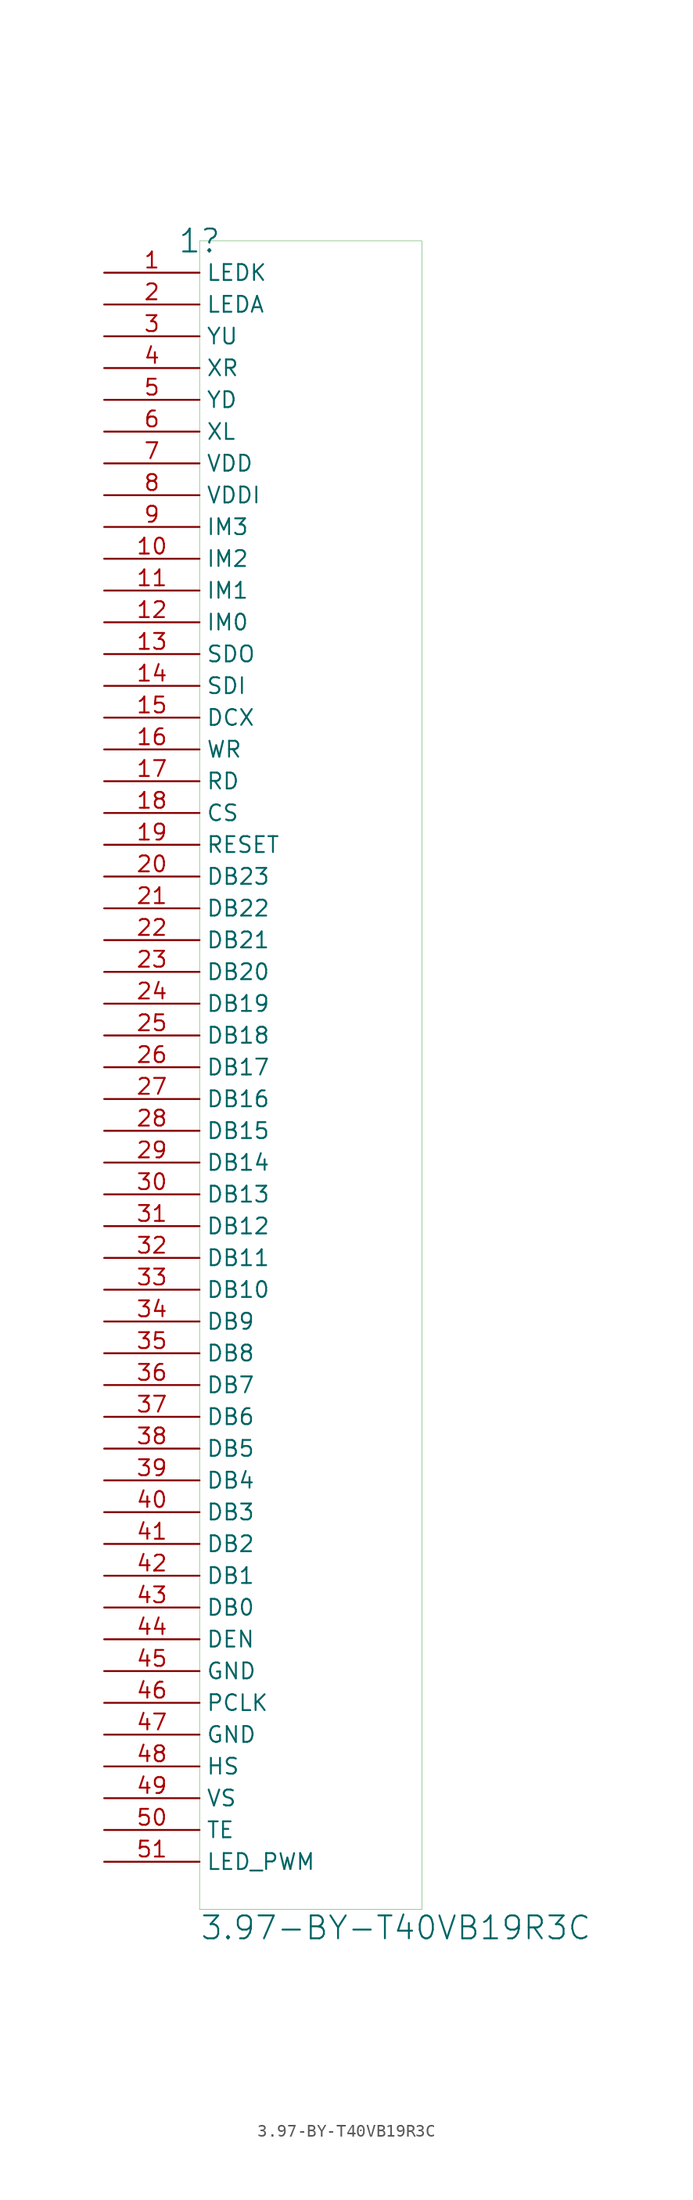
<source format=kicad_sym>
(kicad_symbol_lib
  (version 20231120)
  (generator "kicad_symbol_editor")
  (generator_version "8.0")
  (symbol "3.97-BY-T40VB19R3C"
    (property "Reference" "1"
      (at 7.62 0 0)
      (effects (font (size 1.829 1.829))))
    (property "Value" "3.97-BY-T40VB19R3C"
      (at 7.62 -135.89 0)
      (effects (font (size 1.829 1.829)) (justify left bottom)))
    (symbol "3.97-BY-T40VB19R3C_1_0"
      (rectangle (start 25.4 0) (end 7.62 -133.35) (stroke (width 0.025) (type solid) (color 0 128 0 1)) (fill (type color) (color 255 255 255 0.5)))
      (pin passive line (at 0 -2.54 0) (length 7.62) (name "LEDK" (effects (font (size 1.27 1.27)))) (number "1" (effects (font (size 1.27 1.27)))))
      (pin passive line (at 0 -25.4 0) (length 7.62) (name "IM2" (effects (font (size 1.27 1.27)))) (number "10" (effects (font (size 1.27 1.27)))))
      (pin passive line (at 0 -27.94 0) (length 7.62) (name "IM1" (effects (font (size 1.27 1.27)))) (number "11" (effects (font (size 1.27 1.27)))))
      (pin passive line (at 0 -30.48 0) (length 7.62) (name "IM0" (effects (font (size 1.27 1.27)))) (number "12" (effects (font (size 1.27 1.27)))))
      (pin passive line (at 0 -33.02 0) (length 7.62) (name "SDO" (effects (font (size 1.27 1.27)))) (number "13" (effects (font (size 1.27 1.27)))))
      (pin passive line (at 0 -35.56 0) (length 7.62) (name "SDI" (effects (font (size 1.27 1.27)))) (number "14" (effects (font (size 1.27 1.27)))))
      (pin passive line (at 0 -38.1 0) (length 7.62) (name "DCX" (effects (font (size 1.27 1.27)))) (number "15" (effects (font (size 1.27 1.27)))))
      (pin passive line (at 0 -40.64 0) (length 7.62) (name "WR" (effects (font (size 1.27 1.27)))) (number "16" (effects (font (size 1.27 1.27)))))
      (pin passive line (at 0 -43.18 0) (length 7.62) (name "RD" (effects (font (size 1.27 1.27)))) (number "17" (effects (font (size 1.27 1.27)))))
      (pin passive line (at 0 -45.72 0) (length 7.62) (name "CS" (effects (font (size 1.27 1.27)))) (number "18" (effects (font (size 1.27 1.27)))))
      (pin passive line (at 0 -48.26 0) (length 7.62) (name "RESET" (effects (font (size 1.27 1.27)))) (number "19" (effects (font (size 1.27 1.27)))))
      (pin passive line (at 0 -5.08 0) (length 7.62) (name "LEDA" (effects (font (size 1.27 1.27)))) (number "2" (effects (font (size 1.27 1.27)))))
      (pin passive line (at 0 -50.8 0) (length 7.62) (name "DB23" (effects (font (size 1.27 1.27)))) (number "20" (effects (font (size 1.27 1.27)))))
      (pin passive line (at 0 -53.34 0) (length 7.62) (name "DB22" (effects (font (size 1.27 1.27)))) (number "21" (effects (font (size 1.27 1.27)))))
      (pin passive line (at 0 -55.88 0) (length 7.62) (name "DB21" (effects (font (size 1.27 1.27)))) (number "22" (effects (font (size 1.27 1.27)))))
      (pin passive line (at 0 -58.42 0) (length 7.62) (name "DB20" (effects (font (size 1.27 1.27)))) (number "23" (effects (font (size 1.27 1.27)))))
      (pin passive line (at 0 -60.96 0) (length 7.62) (name "DB19" (effects (font (size 1.27 1.27)))) (number "24" (effects (font (size 1.27 1.27)))))
      (pin passive line (at 0 -63.5 0) (length 7.62) (name "DB18" (effects (font (size 1.27 1.27)))) (number "25" (effects (font (size 1.27 1.27)))))
      (pin passive line (at 0 -66.04 0) (length 7.62) (name "DB17" (effects (font (size 1.27 1.27)))) (number "26" (effects (font (size 1.27 1.27)))))
      (pin passive line (at 0 -68.58 0) (length 7.62) (name "DB16" (effects (font (size 1.27 1.27)))) (number "27" (effects (font (size 1.27 1.27)))))
      (pin passive line (at 0 -71.12 0) (length 7.62) (name "DB15" (effects (font (size 1.27 1.27)))) (number "28" (effects (font (size 1.27 1.27)))))
      (pin passive line (at 0 -73.66 0) (length 7.62) (name "DB14" (effects (font (size 1.27 1.27)))) (number "29" (effects (font (size 1.27 1.27)))))
      (pin passive line (at 0 -7.62 0) (length 7.62) (name "YU" (effects (font (size 1.27 1.27)))) (number "3" (effects (font (size 1.27 1.27)))))
      (pin passive line (at 0 -76.2 0) (length 7.62) (name "DB13" (effects (font (size 1.27 1.27)))) (number "30" (effects (font (size 1.27 1.27)))))
      (pin passive line (at 0 -78.74 0) (length 7.62) (name "DB12" (effects (font (size 1.27 1.27)))) (number "31" (effects (font (size 1.27 1.27)))))
      (pin passive line (at 0 -81.28 0) (length 7.62) (name "DB11" (effects (font (size 1.27 1.27)))) (number "32" (effects (font (size 1.27 1.27)))))
      (pin passive line (at 0 -83.82 0) (length 7.62) (name "DB10" (effects (font (size 1.27 1.27)))) (number "33" (effects (font (size 1.27 1.27)))))
      (pin passive line (at 0 -86.36 0) (length 7.62) (name "DB9" (effects (font (size 1.27 1.27)))) (number "34" (effects (font (size 1.27 1.27)))))
      (pin passive line (at 0 -88.9 0) (length 7.62) (name "DB8" (effects (font (size 1.27 1.27)))) (number "35" (effects (font (size 1.27 1.27)))))
      (pin passive line (at 0 -91.44 0) (length 7.62) (name "DB7" (effects (font (size 1.27 1.27)))) (number "36" (effects (font (size 1.27 1.27)))))
      (pin passive line (at 0 -93.98 0) (length 7.62) (name "DB6" (effects (font (size 1.27 1.27)))) (number "37" (effects (font (size 1.27 1.27)))))
      (pin passive line (at 0 -96.52 0) (length 7.62) (name "DB5" (effects (font (size 1.27 1.27)))) (number "38" (effects (font (size 1.27 1.27)))))
      (pin passive line (at 0 -99.06 0) (length 7.62) (name "DB4" (effects (font (size 1.27 1.27)))) (number "39" (effects (font (size 1.27 1.27)))))
      (pin passive line (at 0 -10.16 0) (length 7.62) (name "XR" (effects (font (size 1.27 1.27)))) (number "4" (effects (font (size 1.27 1.27)))))
      (pin passive line (at 0 -101.6 0) (length 7.62) (name "DB3" (effects (font (size 1.27 1.27)))) (number "40" (effects (font (size 1.27 1.27)))))
      (pin passive line (at 0 -104.14 0) (length 7.62) (name "DB2" (effects (font (size 1.27 1.27)))) (number "41" (effects (font (size 1.27 1.27)))))
      (pin passive line (at 0 -106.68 0) (length 7.62) (name "DB1" (effects (font (size 1.27 1.27)))) (number "42" (effects (font (size 1.27 1.27)))))
      (pin passive line (at 0 -109.22 0) (length 7.62) (name "DB0" (effects (font (size 1.27 1.27)))) (number "43" (effects (font (size 1.27 1.27)))))
      (pin passive line (at 0 -111.76 0) (length 7.62) (name "DEN" (effects (font (size 1.27 1.27)))) (number "44" (effects (font (size 1.27 1.27)))))
      (pin passive line (at 0 -114.3 0) (length 7.62) (name "GND" (effects (font (size 1.27 1.27)))) (number "45" (effects (font (size 1.27 1.27)))))
      (pin passive line (at 0 -116.84 0) (length 7.62) (name "PCLK" (effects (font (size 1.27 1.27)))) (number "46" (effects (font (size 1.27 1.27)))))
      (pin passive line (at 0 -119.38 0) (length 7.62) (name "GND" (effects (font (size 1.27 1.27)))) (number "47" (effects (font (size 1.27 1.27)))))
      (pin passive line (at 0 -121.92 0) (length 7.62) (name "HS" (effects (font (size 1.27 1.27)))) (number "48" (effects (font (size 1.27 1.27)))))
      (pin passive line (at 0 -124.46 0) (length 7.62) (name "VS" (effects (font (size 1.27 1.27)))) (number "49" (effects (font (size 1.27 1.27)))))
      (pin passive line (at 0 -12.7 0) (length 7.62) (name "YD" (effects (font (size 1.27 1.27)))) (number "5" (effects (font (size 1.27 1.27)))))
      (pin passive line (at 0 -127 0) (length 7.62) (name "TE" (effects (font (size 1.27 1.27)))) (number "50" (effects (font (size 1.27 1.27)))))
      (pin passive line (at 0 -129.54 0) (length 7.62) (name "LED_PWM" (effects (font (size 1.27 1.27)))) (number "51" (effects (font (size 1.27 1.27)))))
      (pin passive line (at 0 -15.24 0) (length 7.62) (name "XL" (effects (font (size 1.27 1.27)))) (number "6" (effects (font (size 1.27 1.27)))))
      (pin passive line (at 0 -17.78 0) (length 7.62) (name "VDD" (effects (font (size 1.27 1.27)))) (number "7" (effects (font (size 1.27 1.27)))))
      (pin passive line (at 0 -20.32 0) (length 7.62) (name "VDDI" (effects (font (size 1.27 1.27)))) (number "8" (effects (font (size 1.27 1.27)))))
      (pin passive line (at 0 -22.86 0) (length 7.62) (name "IM3" (effects (font (size 1.27 1.27)))) (number "9" (effects (font (size 1.27 1.27))))))))
</source>
